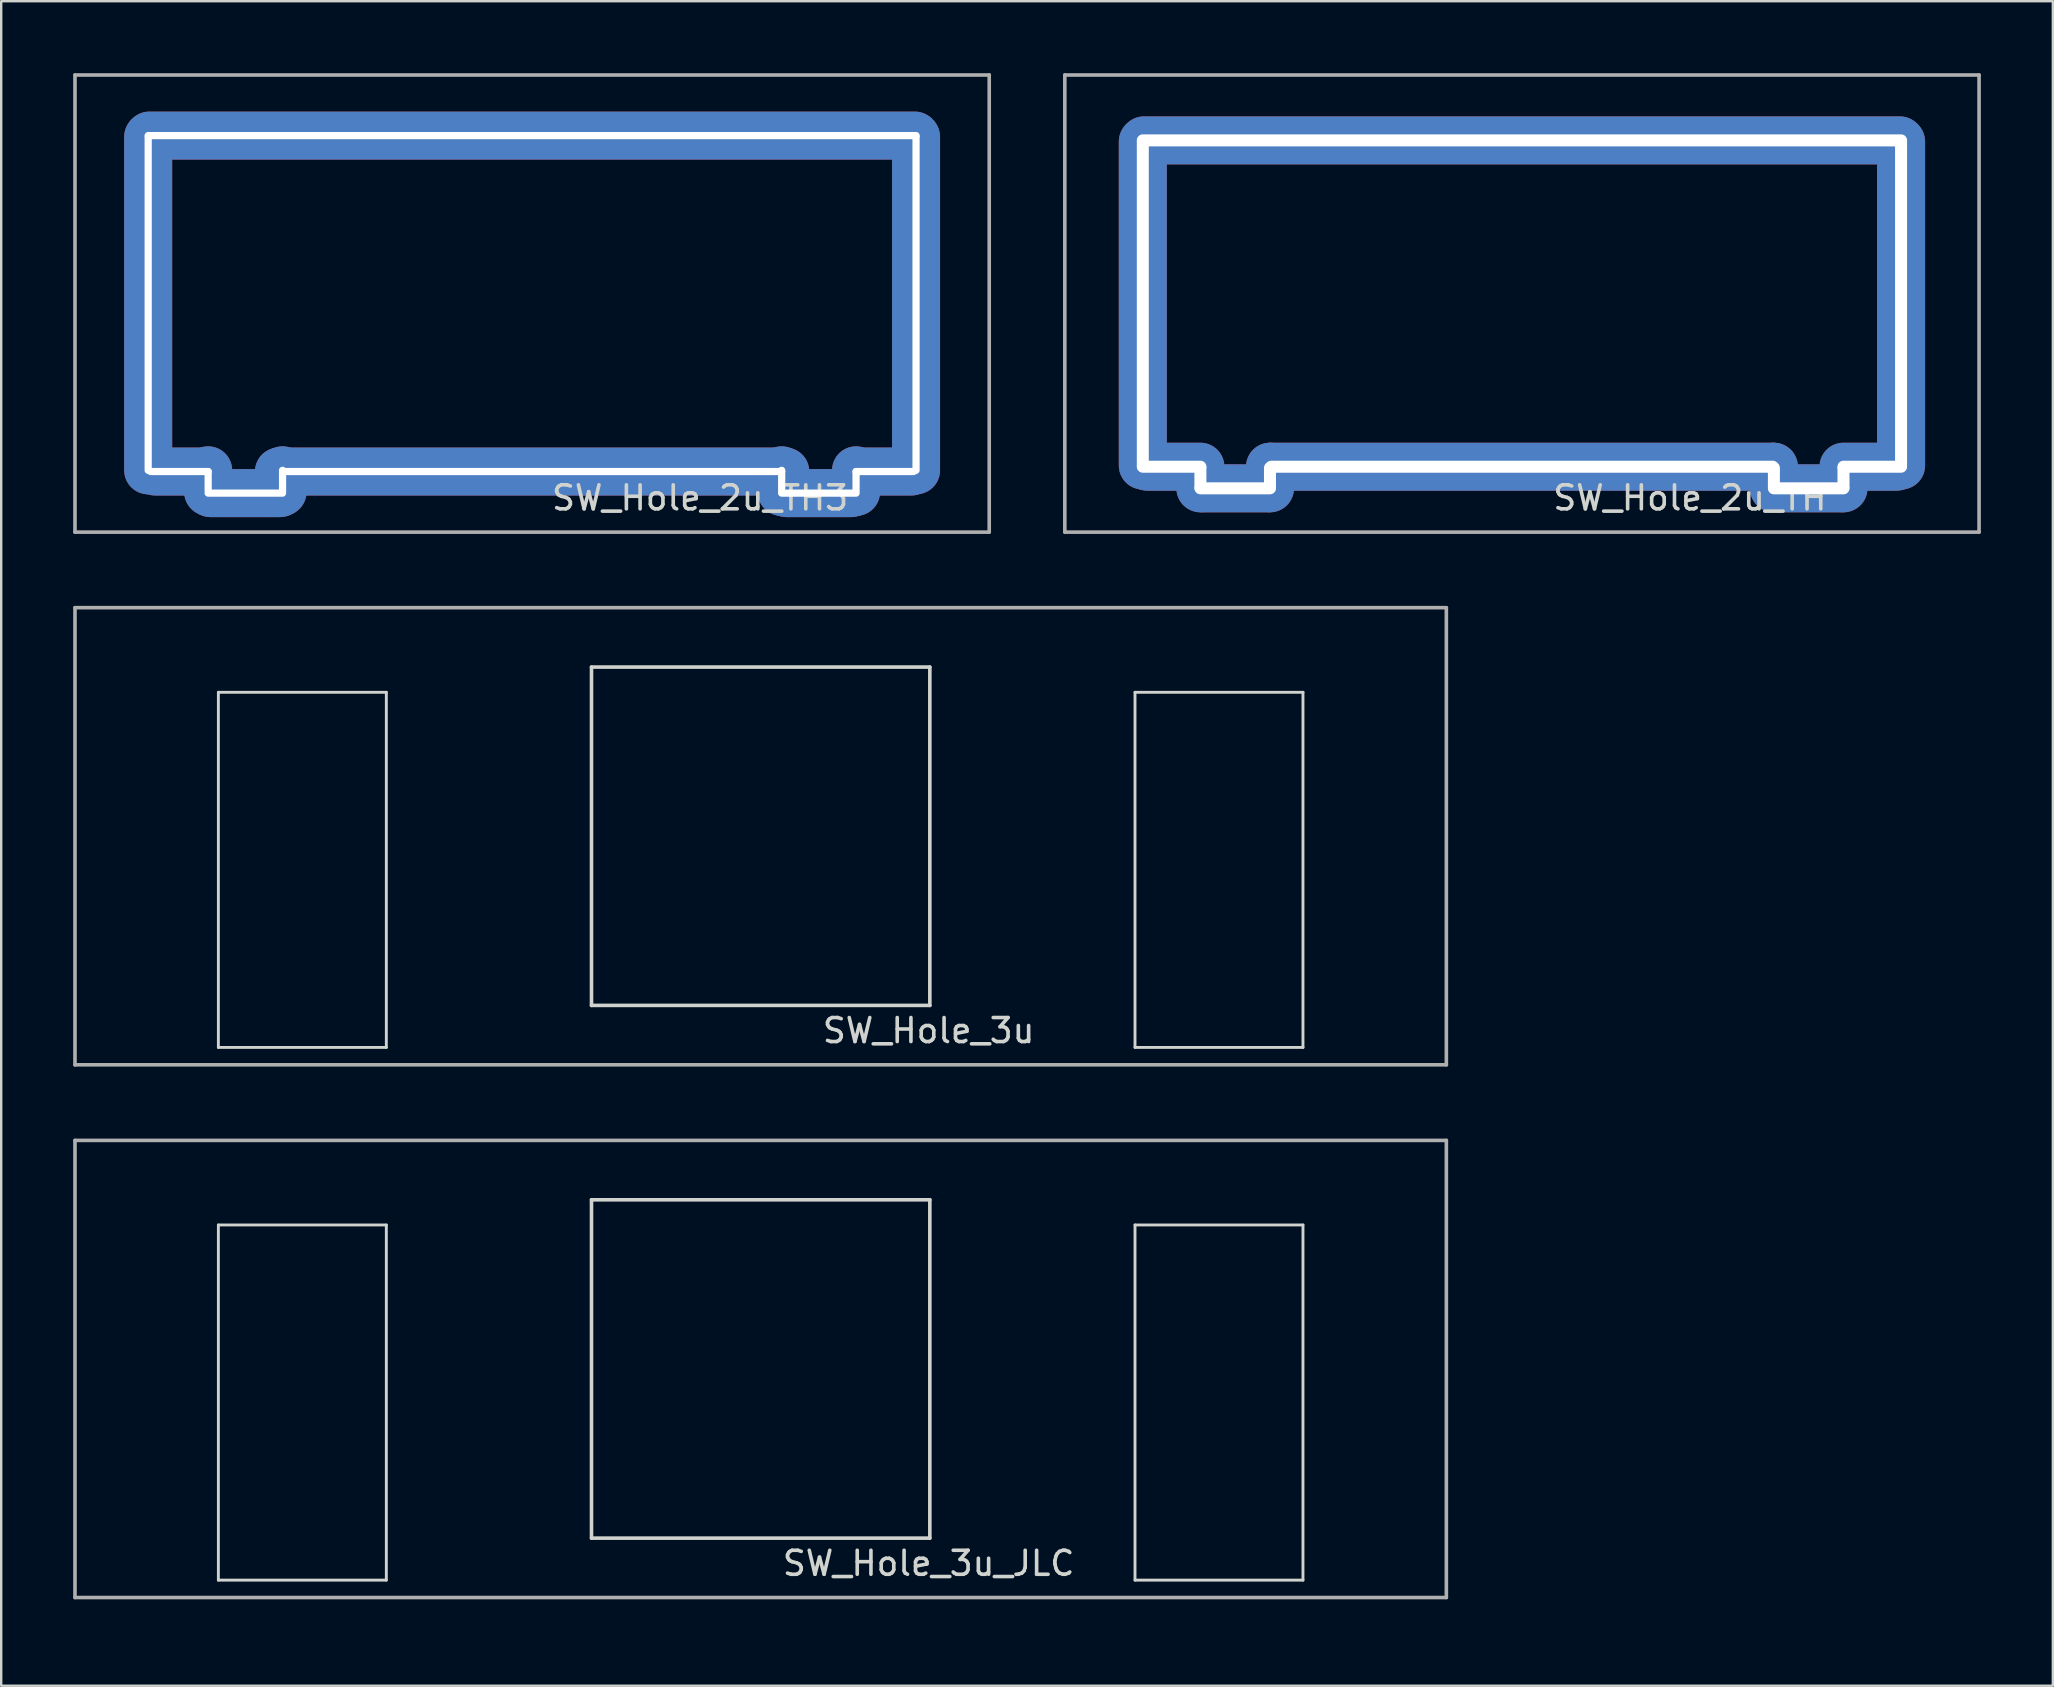
<source format=kicad_pcb>
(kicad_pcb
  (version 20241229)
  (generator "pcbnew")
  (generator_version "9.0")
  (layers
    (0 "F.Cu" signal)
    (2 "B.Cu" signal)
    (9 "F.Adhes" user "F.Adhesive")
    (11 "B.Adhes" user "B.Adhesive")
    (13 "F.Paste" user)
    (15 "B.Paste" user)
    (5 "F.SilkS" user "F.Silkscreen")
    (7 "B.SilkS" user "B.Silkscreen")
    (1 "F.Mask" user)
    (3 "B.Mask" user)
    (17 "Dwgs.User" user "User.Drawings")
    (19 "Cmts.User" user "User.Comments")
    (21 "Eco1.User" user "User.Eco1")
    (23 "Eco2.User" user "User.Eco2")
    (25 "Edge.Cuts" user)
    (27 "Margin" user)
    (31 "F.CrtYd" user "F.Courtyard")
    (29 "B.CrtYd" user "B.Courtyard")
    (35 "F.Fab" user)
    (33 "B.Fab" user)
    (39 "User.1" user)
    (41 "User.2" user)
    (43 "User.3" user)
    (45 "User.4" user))
  (footprint "SW_Hole_3u"
    (layer "F.Cu")
    (at 28.65 31.8)
    (property "Reference" "SW_Hole_3u" (at 7 8.1 0) (layer "Edge.Cuts") (effects (font (size 1 1) (thickness 0.15))))
    (attr through_hole)
    (fp_line (start -22.6 -6) (end -15.6 -6) (stroke (width 0.12) (type solid)) (layer "Edge.Cuts"))
    (fp_line (start -22.6 8.8) (end -22.6 -6) (stroke (width 0.12) (type solid)) (layer "Edge.Cuts"))
    (fp_line (start -15.6 -6) (end -15.6 8.8) (stroke (width 0.12) (type solid)) (layer "Edge.Cuts"))
    (fp_line (start -15.6 8.8) (end -22.6 8.8) (stroke (width 0.12) (type solid)) (layer "Edge.Cuts"))
    (fp_line (start -7.05 -7.05) (end 7.05 -7.05) (stroke (width 0.15) (type solid)) (layer "Edge.Cuts"))
    (fp_line (start -7.05 7.05) (end -7.05 -7.05) (stroke (width 0.15) (type solid)) (layer "Edge.Cuts"))
    (fp_line (start 7.05 -7.05) (end 7.05 7.05) (stroke (width 0.15) (type solid)) (layer "Edge.Cuts"))
    (fp_line (start 7.05 7.05) (end -7.05 7.05) (stroke (width 0.15) (type solid)) (layer "Edge.Cuts"))
    (fp_line (start 15.6 -6) (end 15.6 8.8) (stroke (width 0.12) (type solid)) (layer "Edge.Cuts"))
    (fp_line (start 15.6 8.8) (end 22.6 8.8) (stroke (width 0.12) (type solid)) (layer "Edge.Cuts"))
    (fp_line (start 22.6 -6) (end 15.6 -6) (stroke (width 0.12) (type solid)) (layer "Edge.Cuts"))
    (fp_line (start 22.6 8.8) (end 22.6 -6) (stroke (width 0.12) (type solid)) (layer "Edge.Cuts"))
    (fp_line (start -28.575 -9.525) (end -28.575 9.525) (stroke (width 0.15) (type solid)) (layer "F.Fab"))
    (fp_line (start -28.575 9.525) (end 28.575 9.525) (stroke (width 0.15) (type solid)) (layer "F.Fab"))
    (fp_line (start 28.575 -9.525) (end -28.575 -9.525) (stroke (width 0.15) (type solid)) (layer "F.Fab"))
    (fp_line (start 28.575 9.525) (end 28.575 -9.525) (stroke (width 0.15) (type solid)) (layer "F.Fab")))
  (footprint "SW_Hole_2u_TH3"
    (layer "F.Cu")
    (at 19.125 9.6)
    (property "Reference" "SW_Hole_2u_TH3" (at 7 8.1 0) (layer "Edge.Cuts") (effects (font (size 1 1) (thickness 0.15))))
    (attr through_hole)
    (fp_line (start -16 -7) (end 16 -7) (stroke (width 0.12) (type solid)) (layer "Edge.Cuts"))
    (fp_line (start -16 7) (end -16 -7) (stroke (width 0.12) (type solid)) (layer "Edge.Cuts"))
    (fp_line (start -13.5 7) (end -16 7) (stroke (width 0.12) (type solid)) (layer "Edge.Cuts"))
    (fp_line (start -13.5 7.9) (end -13.5 7) (stroke (width 0.12) (type solid)) (layer "Edge.Cuts"))
    (fp_line (start -10.4 7) (end -10.4 7.9) (stroke (width 0.12) (type solid)) (layer "Edge.Cuts"))
    (fp_line (start -10.4 7.9) (end -13.5 7.9) (stroke (width 0.12) (type solid)) (layer "Edge.Cuts"))
    (fp_line (start 10.4 7) (end -10.4 7) (stroke (width 0.12) (type solid)) (layer "Edge.Cuts"))
    (fp_line (start 10.4 7.9) (end 10.4 7) (stroke (width 0.12) (type solid)) (layer "Edge.Cuts"))
    (fp_line (start 13.5 7) (end 13.5 7.9) (stroke (width 0.12) (type solid)) (layer "Edge.Cuts"))
    (fp_line (start 13.5 7.9) (end 10.4 7.9) (stroke (width 0.12) (type solid)) (layer "Edge.Cuts"))
    (fp_line (start 16 -7) (end 16 7) (stroke (width 0.12) (type solid)) (layer "Edge.Cuts"))
    (fp_line (start 16 7) (end 13.5 7) (stroke (width 0.12) (type solid)) (layer "Edge.Cuts"))
    (fp_line (start -19.05 -9.525) (end -19.05 9.525) (stroke (width 0.15) (type solid)) (layer "F.Fab"))
    (fp_line (start -19.05 9.525) (end 19.05 9.525) (stroke (width 0.15) (type solid)) (layer "F.Fab"))
    (fp_line (start 19.05 -9.525) (end -19.05 -9.525) (stroke (width 0.15) (type solid)) (layer "F.Fab"))
    (fp_line (start 19.05 9.525) (end 19.05 -9.525) (stroke (width 0.15) (type solid)) (layer "F.Fab"))
    (pad "1" thru_hole oval (at -16 0 180) (size 2 15.9) (drill oval 0.3 14.2) (layers "*.Cu" "*.Mask"))
    (pad "1" thru_hole oval (at -14.7 7 90) (size 2 4) (drill oval 0.3 2.7) (layers "*.Cu" "*.Mask"))
    (pad "1" thru_hole oval (at -13.5 7.4 180) (size 2 2.9) (drill oval 0.3 1.1) (layers "*.Cu" "*.Mask"))
    (pad "1" thru_hole oval (at -11.95 7.9 90) (size 2 4.9) (drill oval 0.3 3.4) (layers "*.Cu" "*.Mask"))
    (pad "1" thru_hole oval (at -10.4 7.4 180) (size 2 2.9) (drill oval 0.3 1.2) (layers "*.Cu" "*.Mask"))
    (pad "1" thru_hole oval (at 0 -7 90) (size 2 33.9) (drill oval 0.3 32.3) (layers "*.Cu" "*.Mask"))
    (pad "1" thru_hole oval (at 0 7 90) (size 2 23.1) (drill oval 0.3 21.1) (layers "*.Cu" "*.Mask"))
    (pad "1" thru_hole oval (at 10.4 7.4 180) (size 2 2.9) (drill oval 0.3 1.2) (layers "*.Cu" "*.Mask"))
    (pad "1" thru_hole oval (at 11.95 7.9 90) (size 2 4.7) (drill oval 0.3 3.4) (layers "*.Cu" "*.Mask"))
    (pad "1" thru_hole oval (at 13.5 7.4 180) (size 2 2.9) (drill oval 0.3 1.1) (layers "*.Cu" "*.Mask"))
    (pad "1" thru_hole oval (at 14.7 7 90) (size 2 4.2) (drill oval 0.3 2.7) (layers "*.Cu" "*.Mask"))
    (pad "1" thru_hole oval (at 16 0 180) (size 2 15.9) (drill oval 0.3 14.2) (layers "*.Cu" "*.Mask")))
  (footprint "SW_Hole_3u_JLC"
    (layer "F.Cu")
    (at 28.65 54)
    (property "Reference" "SW_Hole_3u_JLC" (at 7 8.1 0) (layer "Edge.Cuts") (effects (font (size 1 1) (thickness 0.15))))
    (attr through_hole)
    (fp_line (start -23.35 -6.75) (end -14.85 -6.75) (stroke (width 1.3) (type default)) (layer "F.Mask"))
    (fp_line (start -23.35 9.55) (end -23.35 -6.75) (stroke (width 1.3) (type default)) (layer "F.Mask"))
    (fp_line (start -23.35 9.55) (end -14.85 9.55) (stroke (width 1.3) (type default)) (layer "F.Mask"))
    (fp_line (start -14.85 9.55) (end -14.85 -6.75) (stroke (width 1.3) (type default)) (layer "F.Mask"))
    (fp_line (start -7.8 -7.8) (end 7.8 -7.8) (stroke (width 1.3) (type default)) (layer "F.Mask"))
    (fp_line (start -7.8 7.8) (end -7.8 -7.8) (stroke (width 1.3) (type default)) (layer "F.Mask"))
    (fp_line (start -7.8 7.8) (end 7.8 7.8) (stroke (width 1.3) (type default)) (layer "F.Mask"))
    (fp_line (start 7.8 7.8) (end 7.8 -7.8) (stroke (width 1.3) (type default)) (layer "F.Mask"))
    (fp_line (start 14.85 9.55) (end 14.85 -6.75) (stroke (width 1.3) (type default)) (layer "F.Mask"))
    (fp_line (start 23.35 -6.75) (end 14.85 -6.75) (stroke (width 1.3) (type default)) (layer "F.Mask"))
    (fp_line (start 23.35 -6.75) (end 23.35 9.55) (stroke (width 1.3) (type default)) (layer "F.Mask"))
    (fp_line (start 23.35 9.55) (end 14.85 9.55) (stroke (width 1.3) (type default)) (layer "F.Mask"))
    (fp_line (start -23.35 -6.75) (end -23.35 9.55) (stroke (width 1.3) (type default)) (layer "B.Mask"))
    (fp_line (start -23.35 -6.75) (end -14.85 -6.75) (stroke (width 1.3) (type default)) (layer "B.Mask"))
    (fp_line (start -23.35 9.55) (end -14.85 9.55) (stroke (width 1.3) (type default)) (layer "B.Mask"))
    (fp_line (start -14.85 9.55) (end -14.85 -6.75) (stroke (width 1.3) (type default)) (layer "B.Mask"))
    (fp_line (start -7.8 7.8) (end -7.8 -7.8) (stroke (width 1.3) (type default)) (layer "B.Mask"))
    (fp_line (start 7.8 -7.8) (end -7.8 -7.8) (stroke (width 1.3) (type default)) (layer "B.Mask"))
    (fp_line (start 7.8 7.8) (end -7.8 7.8) (stroke (width 1.3) (type default)) (layer "B.Mask"))
    (fp_line (start 7.8 7.8) (end 7.8 -7.8) (stroke (width 1.3) (type default)) (layer "B.Mask"))
    (fp_line (start 14.85 9.55) (end 14.85 -6.75) (stroke (width 1.3) (type default)) (layer "B.Mask"))
    (fp_line (start 23.35 -6.75) (end 14.85 -6.75) (stroke (width 1.3) (type default)) (layer "B.Mask"))
    (fp_line (start 23.35 9.55) (end 14.85 9.55) (stroke (width 1.3) (type default)) (layer "B.Mask"))
    (fp_line (start 23.35 9.55) (end 23.35 -6.75) (stroke (width 1.3) (type default)) (layer "B.Mask"))
    (fp_line (start -22.6 -6) (end -15.6 -6) (stroke (width 0.12) (type solid)) (layer "Edge.Cuts"))
    (fp_line (start -22.6 8.8) (end -22.6 -6) (stroke (width 0.12) (type solid)) (layer "Edge.Cuts"))
    (fp_line (start -15.6 -6) (end -15.6 8.8) (stroke (width 0.12) (type solid)) (layer "Edge.Cuts"))
    (fp_line (start -15.6 8.8) (end -22.6 8.8) (stroke (width 0.12) (type solid)) (layer "Edge.Cuts"))
    (fp_line (start -7.05 -7.05) (end 7.05 -7.05) (stroke (width 0.15) (type solid)) (layer "Edge.Cuts"))
    (fp_line (start -7.05 7.05) (end -7.05 -7.05) (stroke (width 0.15) (type solid)) (layer "Edge.Cuts"))
    (fp_line (start 7.05 -7.05) (end 7.05 7.05) (stroke (width 0.15) (type solid)) (layer "Edge.Cuts"))
    (fp_line (start 7.05 7.05) (end -7.05 7.05) (stroke (width 0.15) (type solid)) (layer "Edge.Cuts"))
    (fp_line (start 15.6 -6) (end 15.6 8.8) (stroke (width 0.12) (type solid)) (layer "Edge.Cuts"))
    (fp_line (start 15.6 8.8) (end 22.6 8.8) (stroke (width 0.12) (type solid)) (layer "Edge.Cuts"))
    (fp_line (start 22.6 -6) (end 15.6 -6) (stroke (width 0.12) (type solid)) (layer "Edge.Cuts"))
    (fp_line (start 22.6 8.8) (end 22.6 -6) (stroke (width 0.12) (type solid)) (layer "Edge.Cuts"))
    (fp_line (start -28.575 -9.525) (end -28.575 9.525) (stroke (width 0.15) (type solid)) (layer "F.Fab"))
    (fp_line (start -28.575 9.525) (end 28.575 9.525) (stroke (width 0.15) (type solid)) (layer "F.Fab"))
    (fp_line (start 28.575 -9.525) (end -28.575 -9.525) (stroke (width 0.15) (type solid)) (layer "F.Fab"))
    (fp_line (start 28.575 9.525) (end 28.575 -9.525) (stroke (width 0.15) (type solid)) (layer "F.Fab")))
  (footprint "SW_Hole_2u_TH"
    (layer "F.Cu")
    (at 60.375 9.6)
    (property "Reference" "SW_Hole_2u_TH" (at 7 8.1 0) (layer "Edge.Cuts") (effects (font (size 1 1) (thickness 0.15))))
    (attr through_hole)
    (fp_line (start -19.05 -9.525) (end -19.05 9.525) (stroke (width 0.15) (type solid)) (layer "F.Fab"))
    (fp_line (start -19.05 9.525) (end 19.05 9.525) (stroke (width 0.15) (type solid)) (layer "F.Fab"))
    (fp_line (start 19.05 -9.525) (end -19.05 -9.525) (stroke (width 0.15) (type solid)) (layer "F.Fab"))
    (fp_line (start 19.05 9.525) (end 19.05 -9.525) (stroke (width 0.15) (type solid)) (layer "F.Fab"))
    (pad "1" thru_hole oval (at -15.8 0 180) (size 2 15.5) (drill oval 0.5 14) (layers "*.Cu" "*.Mask"))
    (pad "1" thru_hole oval (at -14.6 6.8 90) (size 2 4) (drill oval 0.5 2.9) (layers "*.Cu" "*.Mask"))
    (pad "1" thru_hole oval (at -13.4 7.25 180) (size 2 2.9) (drill oval 0.5 1.3) (layers "*.Cu" "*.Mask"))
    (pad "1" thru_hole oval (at -11.95 7.7 90) (size 2 4.7) (drill oval 0.5 3.4) (layers "*.Cu" "*.Mask"))
    (pad "1" thru_hole oval (at -10.5 7.25 180) (size 2 2.9) (drill oval 0.5 1.3) (layers "*.Cu" "*.Mask"))
    (pad "1" thru_hole oval (at 0 -6.8 90) (size 2 33.5) (drill oval 0.5 32.1) (layers "*.Cu" "*.Mask"))
    (pad "1" thru_hole oval (at 0 6.8 90) (size 2 22.9) (drill oval 0.5 21.4) (layers "*.Cu" "*.Mask"))
    (pad "1" thru_hole oval (at 10.5 7.25 180) (size 2 2.9) (drill oval 0.5 1.3) (layers "*.Cu" "*.Mask"))
    (pad "1" thru_hole oval (at 11.95 7.7 90) (size 2 4.7) (drill oval 0.5 3.4) (layers "*.Cu" "*.Mask"))
    (pad "1" thru_hole oval (at 13.4 7.25 180) (size 2 2.9) (drill oval 0.5 1.3) (layers "*.Cu" "*.Mask"))
    (pad "1" thru_hole oval (at 14.6 6.8 90) (size 2 4) (drill oval 0.5 2.9) (layers "*.Cu" "*.Mask"))
    (pad "1" thru_hole oval (at 15.8 0 180) (size 2 15.5) (drill oval 0.5 14) (layers "*.Cu" "*.Mask")))
  (gr_rect
    (start -3 -3)
    (end 82.5 67.2)
    (stroke (width 0.1) (type default))
    (fill no)
    (layer "Edge.Cuts")))
</source>
